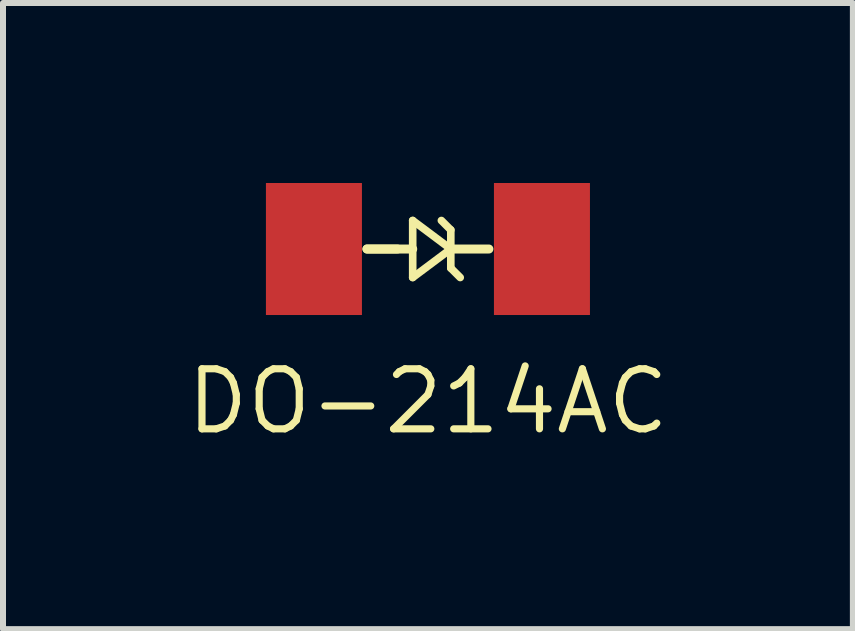
<source format=kicad_pcb>
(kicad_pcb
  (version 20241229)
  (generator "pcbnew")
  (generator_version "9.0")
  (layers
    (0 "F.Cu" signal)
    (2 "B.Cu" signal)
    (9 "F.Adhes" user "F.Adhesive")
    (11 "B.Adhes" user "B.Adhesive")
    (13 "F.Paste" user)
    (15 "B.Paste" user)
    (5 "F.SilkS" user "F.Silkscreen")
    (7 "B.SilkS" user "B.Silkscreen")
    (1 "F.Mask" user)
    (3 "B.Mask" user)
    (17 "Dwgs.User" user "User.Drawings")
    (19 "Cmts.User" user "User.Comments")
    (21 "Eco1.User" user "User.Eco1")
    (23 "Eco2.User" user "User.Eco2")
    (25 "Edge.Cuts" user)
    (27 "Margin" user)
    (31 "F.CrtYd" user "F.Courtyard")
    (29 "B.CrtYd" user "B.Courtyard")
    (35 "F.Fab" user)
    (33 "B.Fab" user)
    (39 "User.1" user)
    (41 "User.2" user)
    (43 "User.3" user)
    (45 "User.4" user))
  (footprint "DO-214AC"
    (layer "F.Cu")
    (at 4.082 1.1)
    (property "Reference" "DO-214AC" (at 0 2.54 180) (layer "F.SilkS") (effects (font (size 1.001 1.001) (thickness 0.119))))
    (attr smd)
    (fp_line (start -0.508 0) (end -1.016 0) (stroke (width 0.15) (type solid)) (layer "F.SilkS"))
    (fp_line (start -0.254 -0.475) (end -0.254 0) (stroke (width 0.127) (type solid)) (layer "F.SilkS"))
    (fp_line (start -0.254 0) (end -1.016 0) (stroke (width 0.15) (type solid)) (layer "F.SilkS"))
    (fp_line (start -0.254 0) (end -0.254 0.475) (stroke (width 0.127) (type solid)) (layer "F.SilkS"))
    (fp_line (start -0.254 0.475) (end 0.381 0) (stroke (width 0.127) (type solid)) (layer "F.SilkS"))
    (fp_line (start 0.381 -0.318) (end 0.224 -0.475) (stroke (width 0.127) (type solid)) (layer "F.SilkS"))
    (fp_line (start 0.381 0) (end -0.254 -0.475) (stroke (width 0.127) (type solid)) (layer "F.SilkS"))
    (fp_line (start 0.381 0) (end 0.381 -0.318) (stroke (width 0.127) (type solid)) (layer "F.SilkS"))
    (fp_line (start 0.381 0) (end 0.381 0.318) (stroke (width 0.127) (type solid)) (layer "F.SilkS"))
    (fp_line (start 0.381 0) (end 1.016 0) (stroke (width 0.15) (type solid)) (layer "F.SilkS"))
    (fp_line (start 0.381 0.318) (end 0.538 0.475) (stroke (width 0.127) (type solid)) (layer "F.SilkS"))
    (pad "1" smd rect (at 1.9 0) (size 1.6 2.2) (layers "F.Cu" "F.Mask" "F.Paste"))
    (pad "2" smd rect (at -1.9 0) (size 1.6 2.2) (layers "F.Cu" "F.Mask" "F.Paste")))
  (gr_rect
    (start -3 -3)
    (end 11.164 7.435)
    (stroke (width 0.1) (type default))
    (fill no)
    (layer "Edge.Cuts")))
</source>
